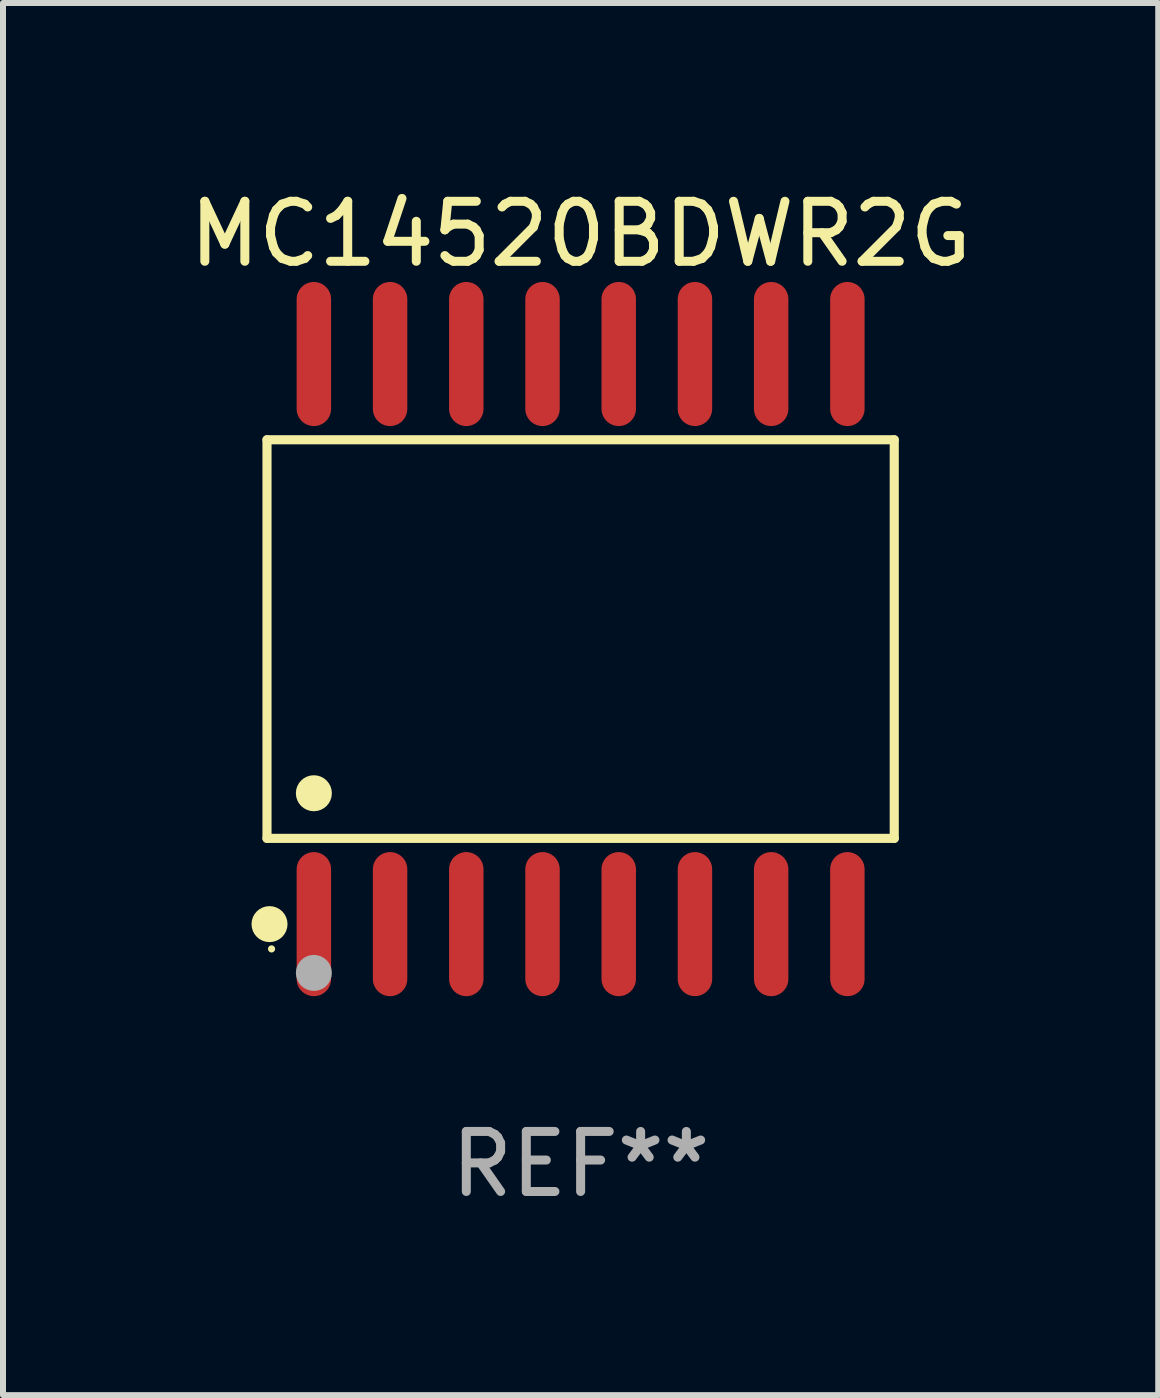
<source format=kicad_pcb>
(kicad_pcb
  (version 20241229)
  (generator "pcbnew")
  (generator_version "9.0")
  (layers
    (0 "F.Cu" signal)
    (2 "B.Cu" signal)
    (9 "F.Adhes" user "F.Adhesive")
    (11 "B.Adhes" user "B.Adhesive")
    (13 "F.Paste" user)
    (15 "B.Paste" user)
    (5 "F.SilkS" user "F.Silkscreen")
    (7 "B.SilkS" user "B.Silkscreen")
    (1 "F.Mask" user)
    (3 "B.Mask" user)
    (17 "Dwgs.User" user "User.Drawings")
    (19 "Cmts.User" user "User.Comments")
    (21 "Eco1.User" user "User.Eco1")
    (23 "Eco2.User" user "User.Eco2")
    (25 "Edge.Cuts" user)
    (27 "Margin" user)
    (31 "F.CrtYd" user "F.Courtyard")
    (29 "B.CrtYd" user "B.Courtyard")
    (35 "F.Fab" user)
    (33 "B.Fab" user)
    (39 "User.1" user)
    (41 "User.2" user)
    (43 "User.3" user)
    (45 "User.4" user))
  (footprint "MC14520BDWR2G"
    (layer "F.Cu")
    (at 6.625 7.599)
    (property "Reference" "MC14520BDWR2G" (at 0 -6.75 0) (layer "F.SilkS") (effects (font (size 1 1) (thickness 0.15))))
    (attr through_hole)
    (fp_line (start -5.226 -3.321) (end 5.226 -3.321) (stroke (width 0.152) (type solid)) (layer "F.SilkS"))
    (fp_line (start -5.226 3.321) (end -5.226 -3.321) (stroke (width 0.152) (type solid)) (layer "F.SilkS"))
    (fp_line (start 5.226 -3.321) (end 5.226 3.321) (stroke (width 0.152) (type solid)) (layer "F.SilkS"))
    (fp_line (start 5.226 3.321) (end -5.226 3.321) (stroke (width 0.152) (type solid)) (layer "F.SilkS"))
    (fp_circle (center -5.184 4.75) (end -5.034 4.75) (stroke (width 0.3) (type solid)) (fill no) (layer "F.SilkS"))
    (fp_circle (center -5.15 5.163) (end -5.12 5.163) (stroke (width 0.06) (type solid)) (fill no) (layer "F.SilkS"))
    (fp_circle (center -4.445 2.569) (end -4.295 2.569) (stroke (width 0.3) (type solid)) (fill no) (layer "F.SilkS"))
    (fp_circle (center -4.445 5.563) (end -4.295 5.563) (stroke (width 0.3) (type solid)) (fill no) (layer "F.Fab"))
    (fp_text user "REF**" (at 0 8.75 0) (layer "F.Fab") (effects (font (size 1 1) (thickness 0.15))))
    (pad "1" smd oval (at -4.445 4.75) (size 0.574 2.401) (layers "F.Cu" "F.Mask" "F.Paste"))
    (pad "2" smd oval (at -3.175 4.75) (size 0.574 2.401) (layers "F.Cu" "F.Mask" "F.Paste"))
    (pad "3" smd oval (at -1.905 4.75) (size 0.574 2.401) (layers "F.Cu" "F.Mask" "F.Paste"))
    (pad "4" smd oval (at -0.635 4.75) (size 0.574 2.401) (layers "F.Cu" "F.Mask" "F.Paste"))
    (pad "5" smd oval (at 0.635 4.75) (size 0.574 2.401) (layers "F.Cu" "F.Mask" "F.Paste"))
    (pad "6" smd oval (at 1.905 4.75) (size 0.574 2.401) (layers "F.Cu" "F.Mask" "F.Paste"))
    (pad "7" smd oval (at 3.175 4.75) (size 0.574 2.401) (layers "F.Cu" "F.Mask" "F.Paste"))
    (pad "8" smd oval (at 4.445 4.75) (size 0.574 2.401) (layers "F.Cu" "F.Mask" "F.Paste"))
    (pad "9" smd oval (at 4.445 -4.75) (size 0.574 2.401) (layers "F.Cu" "F.Mask" "F.Paste"))
    (pad "10" smd oval (at 3.175 -4.75) (size 0.574 2.401) (layers "F.Cu" "F.Mask" "F.Paste"))
    (pad "11" smd oval (at 1.905 -4.75) (size 0.574 2.401) (layers "F.Cu" "F.Mask" "F.Paste"))
    (pad "12" smd oval (at 0.635 -4.75) (size 0.574 2.401) (layers "F.Cu" "F.Mask" "F.Paste"))
    (pad "13" smd oval (at -0.635 -4.75) (size 0.574 2.401) (layers "F.Cu" "F.Mask" "F.Paste"))
    (pad "14" smd oval (at -1.905 -4.75) (size 0.574 2.401) (layers "F.Cu" "F.Mask" "F.Paste"))
    (pad "15" smd oval (at -3.175 -4.75) (size 0.574 2.401) (layers "F.Cu" "F.Mask" "F.Paste"))
    (pad "16" smd oval (at -4.445 -4.75) (size 0.574 2.401) (layers "F.Cu" "F.Mask" "F.Paste")))
  (gr_rect
    (start -3 -3)
    (end 16.25 20.197)
    (stroke (width 0.1) (type default))
    (fill no)
    (layer "Edge.Cuts")))
</source>
